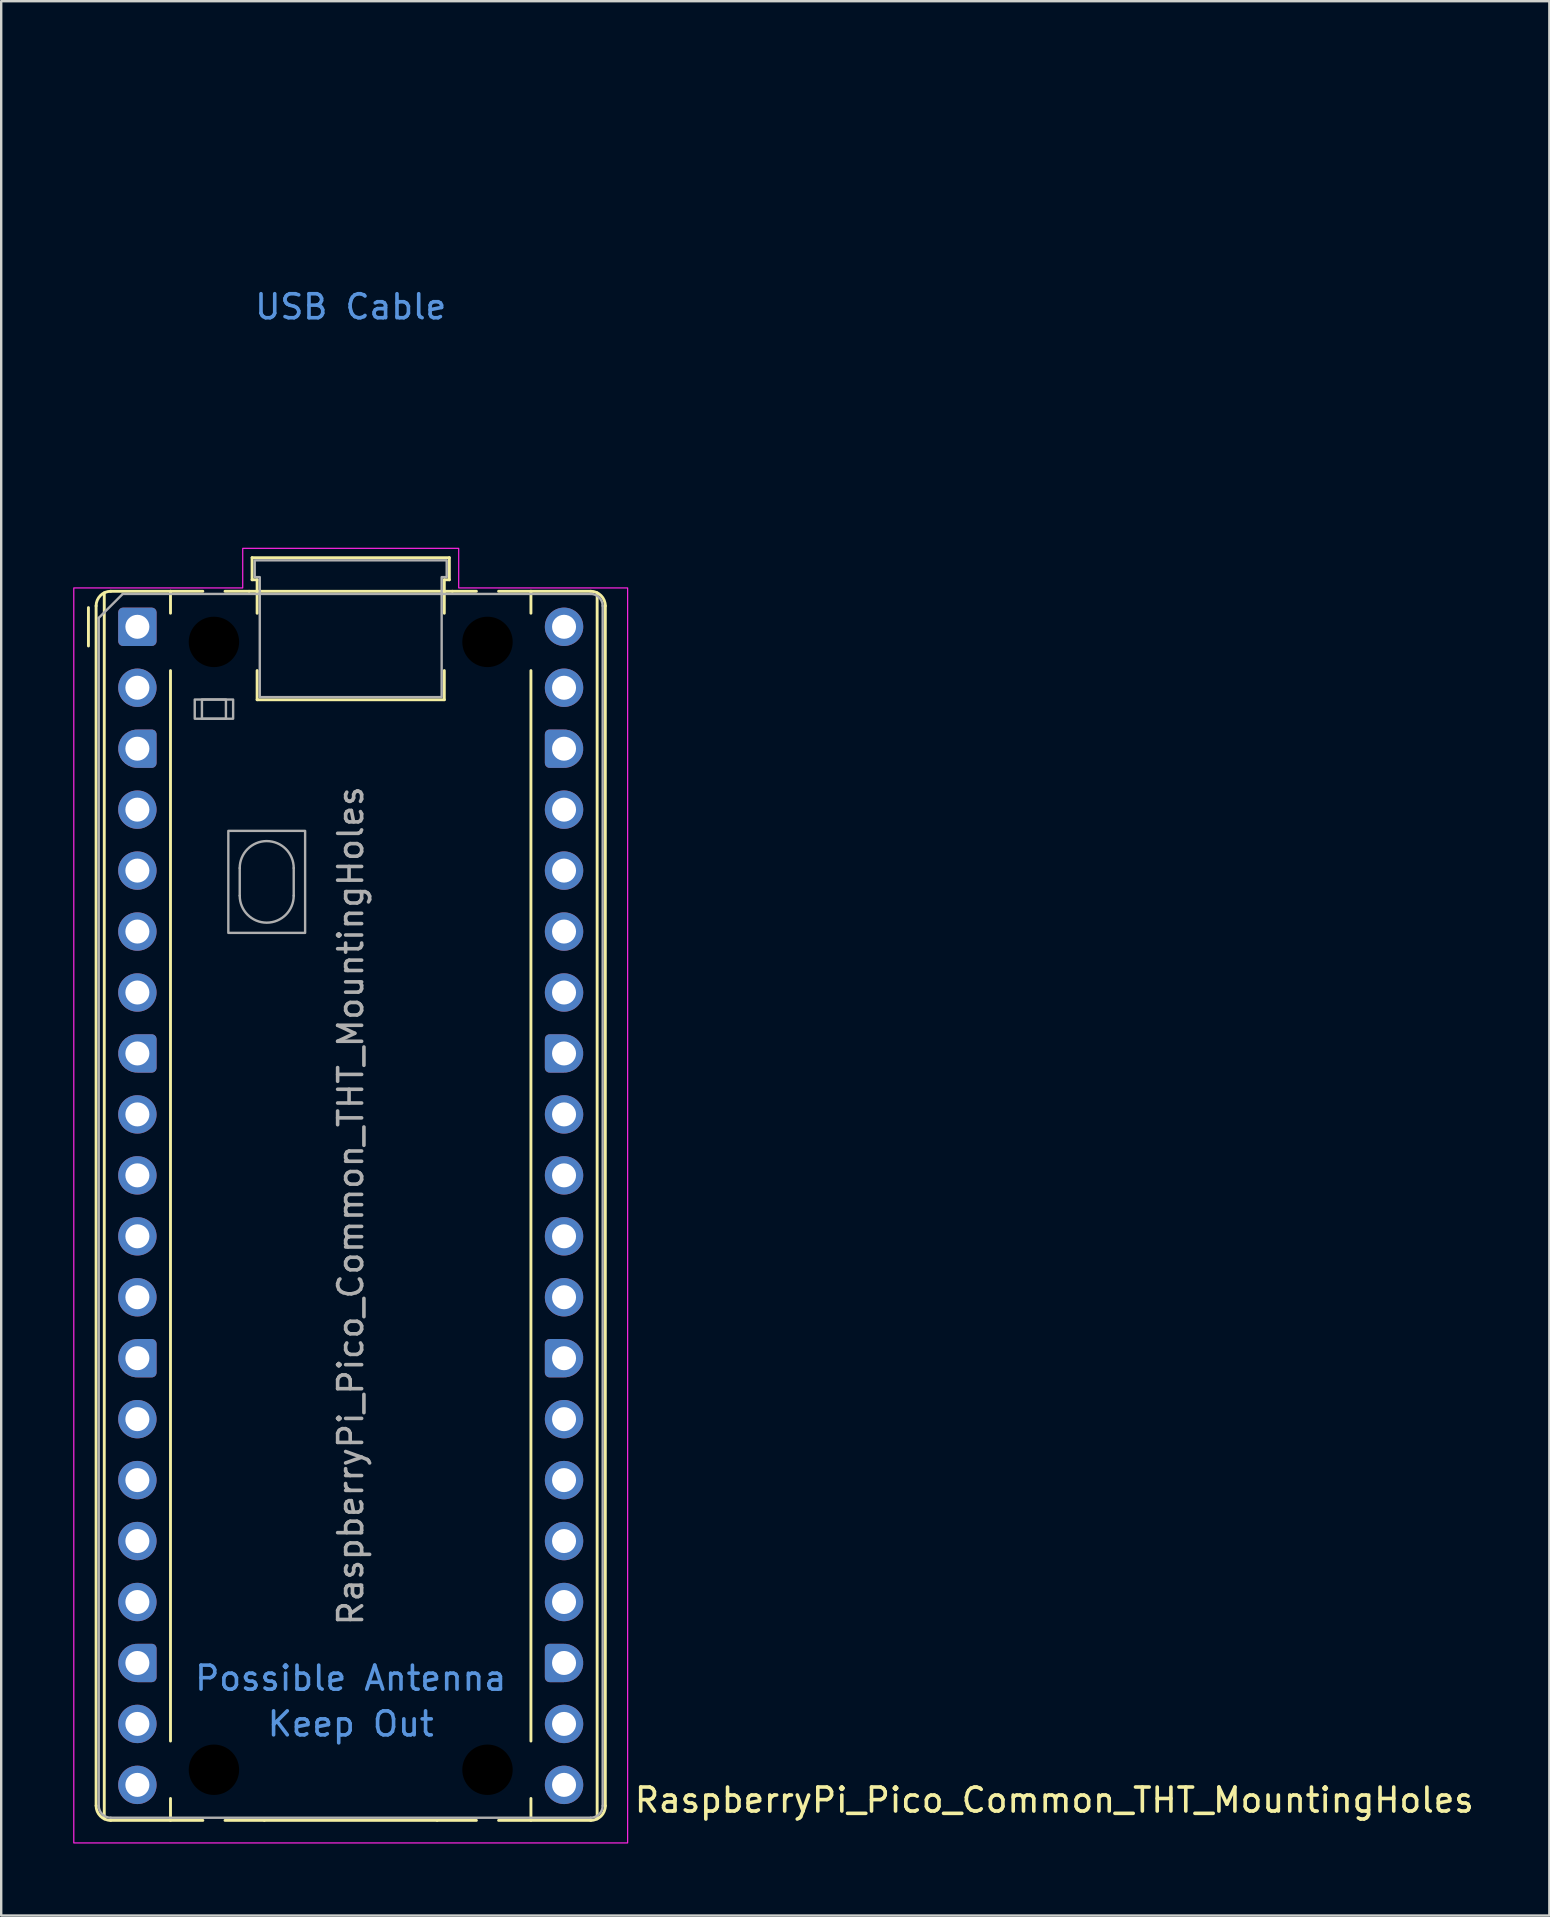
<source format=kicad_pcb>
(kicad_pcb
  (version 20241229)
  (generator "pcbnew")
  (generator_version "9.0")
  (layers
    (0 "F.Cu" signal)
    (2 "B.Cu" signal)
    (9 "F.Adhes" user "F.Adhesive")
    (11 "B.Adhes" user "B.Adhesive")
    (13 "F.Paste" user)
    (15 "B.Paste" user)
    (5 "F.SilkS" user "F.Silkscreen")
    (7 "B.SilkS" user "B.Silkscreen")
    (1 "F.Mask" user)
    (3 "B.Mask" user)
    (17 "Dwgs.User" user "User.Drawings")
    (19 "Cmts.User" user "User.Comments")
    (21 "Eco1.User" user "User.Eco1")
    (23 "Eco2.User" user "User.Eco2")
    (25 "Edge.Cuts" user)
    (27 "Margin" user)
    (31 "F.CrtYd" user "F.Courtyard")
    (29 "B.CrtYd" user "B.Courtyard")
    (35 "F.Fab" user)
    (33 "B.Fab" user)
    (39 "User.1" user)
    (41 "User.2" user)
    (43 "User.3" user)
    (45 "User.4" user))
  (footprint "RaspberryPi_Pico_Common_THT_MountingHoles"
    (layer "F.Cu")
    (at 11.565 47.2)
    (property "Reference" "RaspberryPi_Pico_Common_THT_MountingHoles" (at 11.748 24.765 0) (unlocked yes) (layer "F.SilkS") (effects (font (size 1 1) (thickness 0.15)) (justify left)))
    (attr through_hole)
    (fp_line (start -10.93 -23.33) (end -10.93 -24.93) (stroke (width 0.12) (type solid)) (layer "F.SilkS"))
    (fp_line (start -10.61 -25) (end -10.61 25) (stroke (width 0.12) (type solid)) (layer "F.SilkS"))
    (fp_line (start -10.27 -25.547) (end -10.27 25.547) (stroke (width 0.12) (type solid)) (layer "F.SilkS"))
    (fp_line (start -10 -25.61) (end -7.51 -25.61) (stroke (width 0.12) (type solid)) (layer "F.SilkS"))
    (fp_line (start -10 25.61) (end -6.162 25.61) (stroke (width 0.12) (type solid)) (layer "F.SilkS"))
    (fp_line (start -7.51 -25.61) (end -7.51 -24.696) (stroke (width 0.12) (type solid)) (layer "F.SilkS"))
    (fp_line (start -7.51 -25.61) (end -6.162 -25.61) (stroke (width 0.12) (type solid)) (layer "F.SilkS"))
    (fp_line (start -7.51 -22.304) (end -7.51 22.304) (stroke (width 0.12) (type solid)) (layer "F.SilkS"))
    (fp_line (start -7.51 24.696) (end -7.51 25.61) (stroke (width 0.12) (type solid)) (layer "F.SilkS"))
    (fp_line (start -5.238 -25.61) (end -4.235 -25.61) (stroke (width 0.12) (type solid)) (layer "F.SilkS"))
    (fp_line (start -4.235 -25.61) (end 4.235 -25.61) (stroke (width 0.12) (type solid)) (layer "F.SilkS"))
    (fp_line (start -4.11 -27.01) (end -4.11 -26.09) (stroke (width 0.12) (type solid)) (layer "F.SilkS"))
    (fp_line (start -4.11 -27.01) (end 4.11 -27.01) (stroke (width 0.12) (type solid)) (layer "F.SilkS"))
    (fp_line (start -4.11 -26.09) (end -3.9 -26.09) (stroke (width 0.12) (type solid)) (layer "F.SilkS"))
    (fp_line (start -3.9 -26.09) (end -3.9 -24.694) (stroke (width 0.12) (type solid)) (layer "F.SilkS"))
    (fp_line (start -3.9 -22.306) (end -3.9 -21.09) (stroke (width 0.12) (type solid)) (layer "F.SilkS"))
    (fp_line (start -3.6 25.61) (end -5.238 25.61) (stroke (width 0.12) (type solid)) (layer "F.SilkS"))
    (fp_line (start 3.6 25.61) (end -3.6 25.61) (stroke (width 0.12) (type solid)) (layer "F.SilkS"))
    (fp_line (start 3.9 -26.09) (end 3.9 -24.694) (stroke (width 0.12) (type solid)) (layer "F.SilkS"))
    (fp_line (start 3.9 -22.306) (end 3.9 -21.09) (stroke (width 0.12) (type solid)) (layer "F.SilkS"))
    (fp_line (start 3.9 -21.09) (end -3.9 -21.09) (stroke (width 0.12) (type solid)) (layer "F.SilkS"))
    (fp_line (start 4.11 -27.01) (end 4.11 -26.09) (stroke (width 0.12) (type solid)) (layer "F.SilkS"))
    (fp_line (start 4.11 -26.09) (end 3.9 -26.09) (stroke (width 0.12) (type solid)) (layer "F.SilkS"))
    (fp_line (start 4.235 -25.61) (end 5.238 -25.61) (stroke (width 0.12) (type solid)) (layer "F.SilkS"))
    (fp_line (start 5.238 25.61) (end 3.6 25.61) (stroke (width 0.12) (type solid)) (layer "F.SilkS"))
    (fp_line (start 6.162 -25.61) (end 7.51 -25.61) (stroke (width 0.12) (type solid)) (layer "F.SilkS"))
    (fp_line (start 6.162 25.61) (end 10 25.61) (stroke (width 0.12) (type solid)) (layer "F.SilkS"))
    (fp_line (start 7.51 -25.61) (end 7.51 -24.696) (stroke (width 0.12) (type solid)) (layer "F.SilkS"))
    (fp_line (start 7.51 -22.304) (end 7.51 22.304) (stroke (width 0.12) (type solid)) (layer "F.SilkS"))
    (fp_line (start 7.51 24.696) (end 7.51 25.61) (stroke (width 0.12) (type solid)) (layer "F.SilkS"))
    (fp_line (start 10 -25.61) (end 7.51 -25.61) (stroke (width 0.12) (type solid)) (layer "F.SilkS"))
    (fp_line (start 10.27 25.547) (end 10.27 -25.547) (stroke (width 0.12) (type solid)) (layer "F.SilkS"))
    (fp_line (start 10.61 -25) (end 10.61 25) (stroke (width 0.12) (type solid)) (layer "F.SilkS"))
    (fp_arc (start -10.61 -25) (mid -10.431335 -25.431335) (end -10 -25.61) (stroke (width 0.12) (type solid)) (layer "F.SilkS"))
    (fp_arc (start -10 25.61) (mid -10.431364 25.431364) (end -10.61 25) (stroke (width 0.12) (type solid)) (layer "F.SilkS"))
    (fp_arc (start 10 -25.61) (mid 10.431335 -25.431335) (end 10.61 -25) (stroke (width 0.12) (type solid)) (layer "F.SilkS"))
    (fp_arc (start 10.61 25) (mid 10.431335 25.431335) (end 10 25.61) (stroke (width 0.12) (type solid)) (layer "F.SilkS"))
    (fp_poly (pts (xy -4.5 -27.4) (xy 4.5 -27.4) (xy 4.5 -25.75) (xy 11.54 -25.75) (xy 11.54 26.55) (xy -11.54 26.55) (xy -11.54 -25.75) (xy -4.5 -25.75)) (stroke (width 0.05) (type solid)) (fill no) (layer "F.CrtYd"))
    (fp_line (start -10.5 -24.5) (end -9.5 -25.5) (stroke (width 0.1) (type solid)) (layer "F.Fab"))
    (fp_line (start -10.5 25) (end -10.5 -24.5) (stroke (width 0.1) (type solid)) (layer "F.Fab"))
    (fp_line (start -9.5 -25.5) (end 10 -25.5) (stroke (width 0.1) (type solid)) (layer "F.Fab"))
    (fp_line (start -4.625 -14.075) (end -4.625 -12.925) (stroke (width 0.1) (type solid)) (layer "F.Fab"))
    (fp_line (start -2.375 -14.075) (end -2.375 -12.925) (stroke (width 0.1) (type solid)) (layer "F.Fab"))
    (fp_line (start 10 25.5) (end -10 25.5) (stroke (width 0.1) (type solid)) (layer "F.Fab"))
    (fp_line (start 10.5 -25) (end 10.5 25) (stroke (width 0.1) (type solid)) (layer "F.Fab"))
    (fp_rect (start -6.5 -21.1) (end -4.9 -20.3) (stroke (width 0.1) (type solid)) (fill no) (layer "F.Fab"))
    (fp_rect (start -6.2 -21.1) (end -5.2 -20.3) (stroke (width 0.1) (type solid)) (fill no) (layer "F.Fab"))
    (fp_rect (start -5.1 -15.625) (end -1.9 -11.375) (stroke (width 0.1) (type solid)) (fill no) (layer "F.Fab"))
    (fp_arc (start -10 25.5) (mid -10.353553 25.353553) (end -10.5 25) (stroke (width 0.1) (type solid)) (layer "F.Fab"))
    (fp_arc (start -4.625 -14.075) (mid -3.5 -15.2) (end -2.375 -14.075) (stroke (width 0.1) (type solid)) (layer "F.Fab"))
    (fp_arc (start -2.375 -12.925) (mid -3.5 -11.8) (end -4.625 -12.925) (stroke (width 0.1) (type solid)) (layer "F.Fab"))
    (fp_arc (start 10 -25.5) (mid 10.353553 -25.353553) (end 10.5 -25) (stroke (width 0.1) (type solid)) (layer "F.Fab"))
    (fp_arc (start 10.5 25) (mid 10.353553 25.353553) (end 10 25.5) (stroke (width 0.1) (type solid)) (layer "F.Fab"))
    (fp_poly (pts (xy 3.79 -21.2) (xy 3.79 -26.2) (xy 4 -26.2) (xy 4 -26.9) (xy -4 -26.9) (xy -4 -26.2) (xy -3.79 -26.2) (xy -3.79 -21.2)) (stroke (width 0.1) (type solid)) (fill no) (layer "F.Fab"))
    (fp_text user "USB Cable" (at 0 -37.465 0) (unlocked yes) (layer "Cmts.User") (effects (font (size 1 1) (thickness 0.15))))
    (fp_text user "Possible Antenna" (at 0 19.685 0) (unlocked yes) (layer "Cmts.User") (effects (font (size 1 1) (thickness 0.15))))
    (fp_text user "Keep Out" (at 0 21.59 0) (unlocked yes) (layer "Cmts.User") (effects (font (size 1 1) (thickness 0.15))))
    (fp_text user "${REFERENCE}" (at 0 0 90) (layer "F.Fab") (effects (font (size 1 1) (thickness 0.15))))
    (pad "" np_thru_hole circle (at -5.7 -23.5) (size 3.8 3.8) (drill 2.1) (layers "*.Mask"))
    (pad "" np_thru_hole circle (at -5.7 23.5) (size 3.8 3.8) (drill 2.1) (layers "*.Mask"))
    (pad "" np_thru_hole circle (at 5.7 -23.5) (size 3.8 3.8) (drill 2.1) (layers "*.Mask"))
    (pad "" np_thru_hole circle (at 5.7 23.5) (size 3.8 3.8) (drill 2.1) (layers "*.Mask"))
    (pad "1" thru_hole roundrect (at -8.89 -24.13) (size 1.6 1.6) (drill 1) (layers "*.Cu" "*.Mask") (roundrect_rratio 0.125))
    (pad "2" thru_hole circle (at -8.89 -21.59) (size 1.6 1.6) (drill 1) (layers "*.Cu" "*.Mask"))
    (pad "3" thru_hole custom (at -8.89 -19.05) (size 1.6 1.6) (drill 1) (layers "*.Cu" "*.Mask") (options (anchor circle)) (primitives (gr_poly (pts (xy 0.8 0.6) (xy 0.8 -0.6) (xy 0.6 -0.8) (xy 0 -0.8) (xy 0 0.8) (xy 0.6 0.8)) (width 0) (fill yes)) (gr_circle (center 0.6 0.6) (end 0.8 0.6) (width 0) (fill yes)) (gr_circle (center 0.6 -0.6) (end 0.8 -0.6) (width 0) (fill yes))))
    (pad "4" thru_hole circle (at -8.89 -16.51) (size 1.6 1.6) (drill 1) (layers "*.Cu" "*.Mask"))
    (pad "5" thru_hole circle (at -8.89 -13.97) (size 1.6 1.6) (drill 1) (layers "*.Cu" "*.Mask"))
    (pad "6" thru_hole circle (at -8.89 -11.43) (size 1.6 1.6) (drill 1) (layers "*.Cu" "*.Mask"))
    (pad "7" thru_hole circle (at -8.89 -8.89) (size 1.6 1.6) (drill 1) (layers "*.Cu" "*.Mask"))
    (pad "8" thru_hole custom (at -8.89 -6.35) (size 1.6 1.6) (drill 1) (layers "*.Cu" "*.Mask") (options (anchor circle)) (primitives (gr_poly (pts (xy 0.8 0.6) (xy 0.8 -0.6) (xy 0.6 -0.8) (xy 0 -0.8) (xy 0 0.8) (xy 0.6 0.8)) (width 0) (fill yes)) (gr_circle (center 0.6 0.6) (end 0.8 0.6) (width 0) (fill yes)) (gr_circle (center 0.6 -0.6) (end 0.8 -0.6) (width 0) (fill yes))))
    (pad "9" thru_hole circle (at -8.89 -3.81) (size 1.6 1.6) (drill 1) (layers "*.Cu" "*.Mask"))
    (pad "10" thru_hole circle (at -8.89 -1.27) (size 1.6 1.6) (drill 1) (layers "*.Cu" "*.Mask"))
    (pad "11" thru_hole circle (at -8.89 1.27) (size 1.6 1.6) (drill 1) (layers "*.Cu" "*.Mask"))
    (pad "12" thru_hole circle (at -8.89 3.81) (size 1.6 1.6) (drill 1) (layers "*.Cu" "*.Mask"))
    (pad "13" thru_hole custom (at -8.89 6.35) (size 1.6 1.6) (drill 1) (layers "*.Cu" "*.Mask") (options (anchor circle)) (primitives (gr_poly (pts (xy 0.8 0.6) (xy 0.8 -0.6) (xy 0.6 -0.8) (xy 0 -0.8) (xy 0 0.8) (xy 0.6 0.8)) (width 0) (fill yes)) (gr_circle (center 0.6 0.6) (end 0.8 0.6) (width 0) (fill yes)) (gr_circle (center 0.6 -0.6) (end 0.8 -0.6) (width 0) (fill yes))))
    (pad "14" thru_hole circle (at -8.89 8.89) (size 1.6 1.6) (drill 1) (layers "*.Cu" "*.Mask"))
    (pad "15" thru_hole circle (at -8.89 11.43) (size 1.6 1.6) (drill 1) (layers "*.Cu" "*.Mask"))
    (pad "16" thru_hole circle (at -8.89 13.97) (size 1.6 1.6) (drill 1) (layers "*.Cu" "*.Mask"))
    (pad "17" thru_hole circle (at -8.89 16.51) (size 1.6 1.6) (drill 1) (layers "*.Cu" "*.Mask"))
    (pad "18" thru_hole custom (at -8.89 19.05) (size 1.6 1.6) (drill 1) (layers "*.Cu" "*.Mask") (options (anchor circle)) (primitives (gr_poly (pts (xy 0.8 0.6) (xy 0.8 -0.6) (xy 0.6 -0.8) (xy 0 -0.8) (xy 0 0.8) (xy 0.6 0.8)) (width 0) (fill yes)) (gr_circle (center 0.6 0.6) (end 0.8 0.6) (width 0) (fill yes)) (gr_circle (center 0.6 -0.6) (end 0.8 -0.6) (width 0) (fill yes))))
    (pad "19" thru_hole circle (at -8.89 21.59) (size 1.6 1.6) (drill 1) (layers "*.Cu" "*.Mask"))
    (pad "20" thru_hole circle (at -8.89 24.13) (size 1.6 1.6) (drill 1) (layers "*.Cu" "*.Mask"))
    (pad "21" thru_hole circle (at 8.89 24.13) (size 1.6 1.6) (drill 1) (layers "*.Cu" "*.Mask"))
    (pad "22" thru_hole circle (at 8.89 21.59) (size 1.6 1.6) (drill 1) (layers "*.Cu" "*.Mask"))
    (pad "23" thru_hole custom (at 8.89 19.05) (size 1.6 1.6) (drill 1) (layers "*.Cu" "*.Mask") (options (anchor circle)) (primitives (gr_poly (pts (xy -0.8 0.6) (xy -0.8 -0.6) (xy -0.6 -0.8) (xy 0 -0.8) (xy 0 0.8) (xy -0.6 0.8)) (width 0) (fill yes)) (gr_circle (center -0.6 0.6) (end -0.4 0.6) (width 0) (fill yes)) (gr_circle (center -0.6 -0.6) (end -0.4 -0.6) (width 0) (fill yes))))
    (pad "24" thru_hole circle (at 8.89 16.51) (size 1.6 1.6) (drill 1) (layers "*.Cu" "*.Mask"))
    (pad "25" thru_hole circle (at 8.89 13.97) (size 1.6 1.6) (drill 1) (layers "*.Cu" "*.Mask"))
    (pad "26" thru_hole circle (at 8.89 11.43) (size 1.6 1.6) (drill 1) (layers "*.Cu" "*.Mask"))
    (pad "27" thru_hole circle (at 8.89 8.89) (size 1.6 1.6) (drill 1) (layers "*.Cu" "*.Mask"))
    (pad "28" thru_hole custom (at 8.89 6.35) (size 1.6 1.6) (drill 1) (layers "*.Cu" "*.Mask") (options (anchor circle)) (primitives (gr_poly (pts (xy -0.8 0.6) (xy -0.8 -0.6) (xy -0.6 -0.8) (xy 0 -0.8) (xy 0 0.8) (xy -0.6 0.8)) (width 0) (fill yes)) (gr_circle (center -0.6 0.6) (end -0.4 0.6) (width 0) (fill yes)) (gr_circle (center -0.6 -0.6) (end -0.4 -0.6) (width 0) (fill yes))))
    (pad "29" thru_hole circle (at 8.89 3.81) (size 1.6 1.6) (drill 1) (layers "*.Cu" "*.Mask"))
    (pad "30" thru_hole circle (at 8.89 1.27) (size 1.6 1.6) (drill 1) (layers "*.Cu" "*.Mask"))
    (pad "31" thru_hole circle (at 8.89 -1.27) (size 1.6 1.6) (drill 1) (layers "*.Cu" "*.Mask"))
    (pad "32" thru_hole circle (at 8.89 -3.81) (size 1.6 1.6) (drill 1) (layers "*.Cu" "*.Mask"))
    (pad "33" thru_hole custom (at 8.89 -6.35) (size 1.6 1.6) (drill 1) (layers "*.Cu" "*.Mask") (options (anchor circle)) (primitives (gr_poly (pts (xy -0.8 0.6) (xy -0.8 -0.6) (xy -0.6 -0.8) (xy 0 -0.8) (xy 0 0.8) (xy -0.6 0.8)) (width 0) (fill yes)) (gr_circle (center -0.6 0.6) (end -0.4 0.6) (width 0) (fill yes)) (gr_circle (center -0.6 -0.6) (end -0.4 -0.6) (width 0) (fill yes))))
    (pad "34" thru_hole circle (at 8.89 -8.89) (size 1.6 1.6) (drill 1) (layers "*.Cu" "*.Mask"))
    (pad "35" thru_hole circle (at 8.89 -11.43) (size 1.6 1.6) (drill 1) (layers "*.Cu" "*.Mask"))
    (pad "36" thru_hole circle (at 8.89 -13.97) (size 1.6 1.6) (drill 1) (layers "*.Cu" "*.Mask"))
    (pad "37" thru_hole circle (at 8.89 -16.51) (size 1.6 1.6) (drill 1) (layers "*.Cu" "*.Mask"))
    (pad "38" thru_hole custom (at 8.89 -19.05) (size 1.6 1.6) (drill 1) (layers "*.Cu" "*.Mask") (options (anchor circle)) (primitives (gr_poly (pts (xy -0.8 0.6) (xy -0.8 -0.6) (xy -0.6 -0.8) (xy 0 -0.8) (xy 0 0.8) (xy -0.6 0.8)) (width 0) (fill yes)) (gr_circle (center -0.6 0.6) (end -0.4 0.6) (width 0) (fill yes)) (gr_circle (center -0.6 -0.6) (end -0.4 -0.6) (width 0) (fill yes))))
    (pad "39" thru_hole circle (at 8.89 -21.59) (size 1.6 1.6) (drill 1) (layers "*.Cu" "*.Mask"))
    (pad "40" thru_hole circle (at 8.89 -24.13) (size 1.6 1.6) (drill 1) (layers "*.Cu" "*.Mask"))
    (zone (net_name "") (layers "F.Cu" "B.Cu" "F.Paste" "B.Paste") (name "Antenna Copper Keep Out") (hatch full 0.5) (connect_pads) (min_thickness 0.254) (filled_areas_thickness no) (keepout (tracks not_allowed) (vias not_allowed) (pads not_allowed) (copperpour not_allowed) (footprints allowed)) (placement (enabled no)) (fill) (polygon (pts (xy 9.165 72.19) (xy 4.465 68.54) (xy 4.465 64.2) (xy 18.665 64.2) (xy 18.665 68.54) (xy 13.965 72.19) (xy 13.965 73.2) (xy 9.165 73.2))))
    (zone (net_name "") (layer "F.CrtYd") (name "USB Cable") (hatch edge 0.5) (connect_pads) (min_thickness 0.254) (filled_areas_thickness no) (keepout (tracks allowed) (vias allowed) (pads allowed) (copperpour allowed) (footprints allowed)) (placement (enabled no)) (fill) (polygon (pts (xy 5.815 19.5) (xy 7.625 19.5) (xy 7.625 19.8) (xy 15.505 19.8) (xy 15.505 19.5) (xy 17.315 19.5) (xy 17.315 0) (xy 5.815 0)))))
  (gr_rect
    (start -3 -3)
    (end 61.515 76.775)
    (stroke (width 0.1) (type default))
    (fill no)
    (layer "Edge.Cuts")))
</source>
